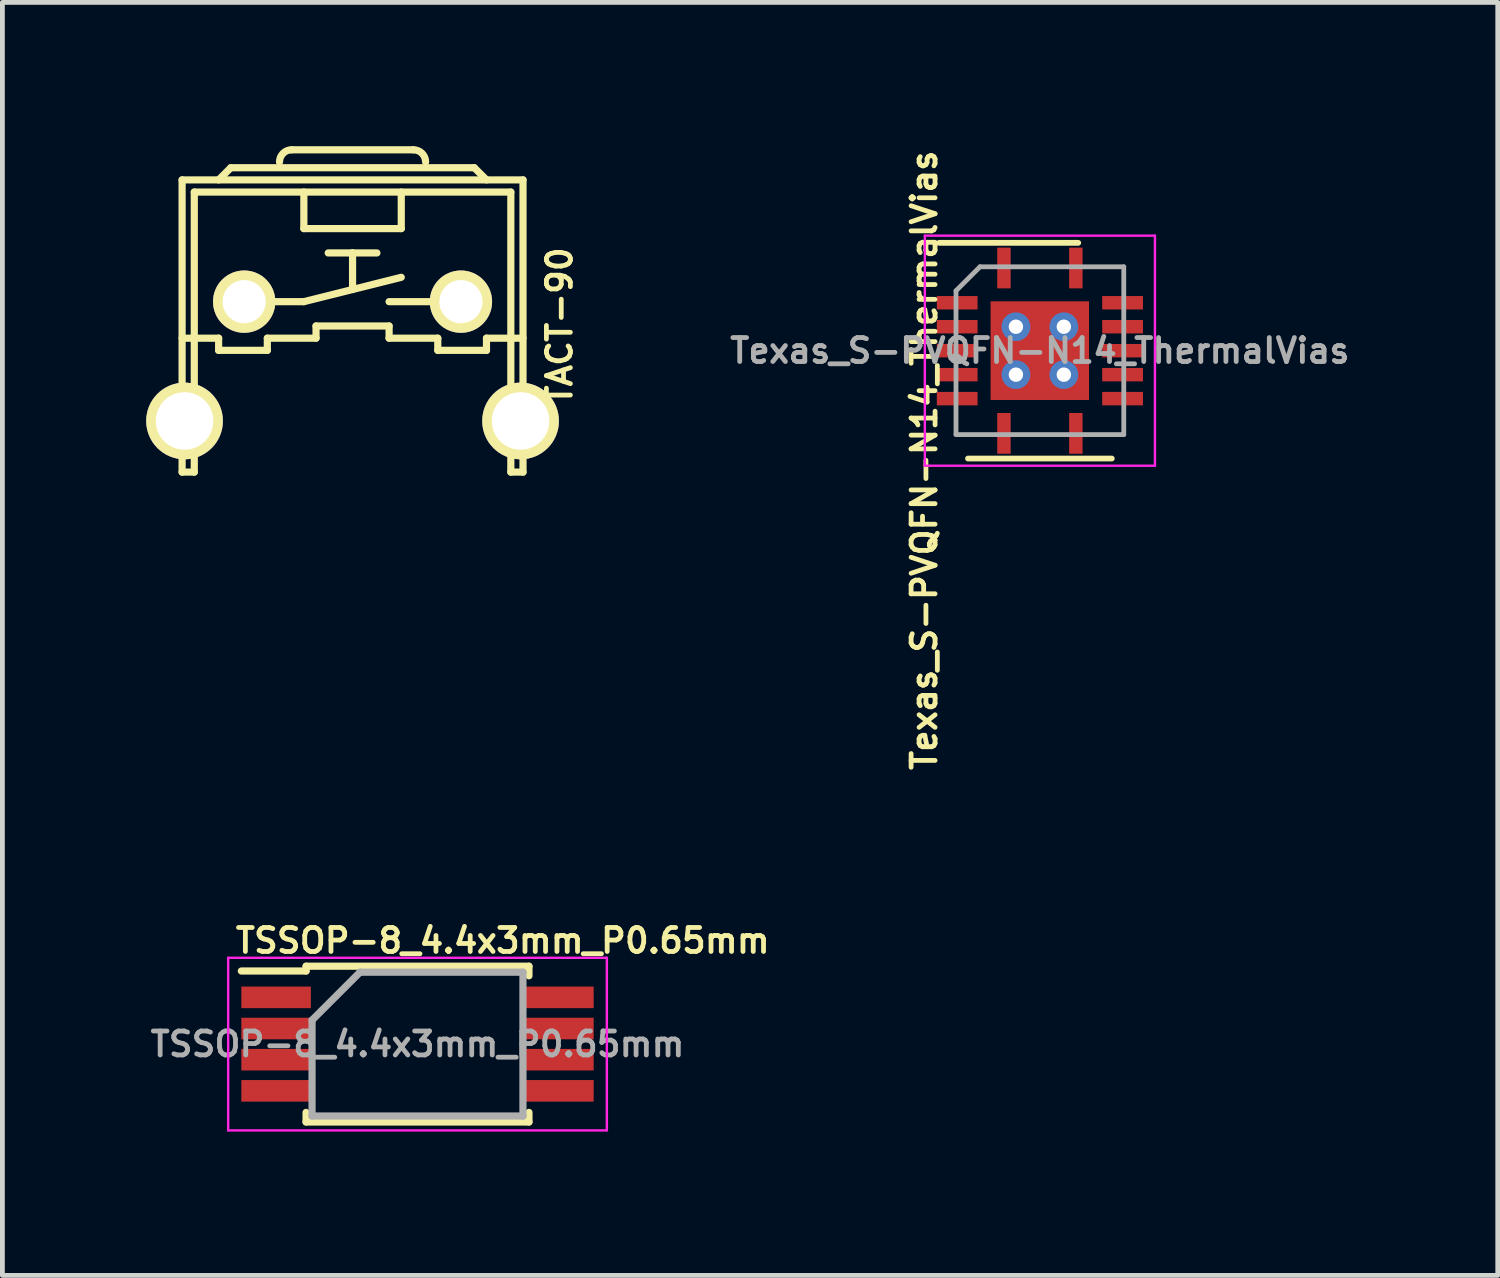
<source format=kicad_pcb>
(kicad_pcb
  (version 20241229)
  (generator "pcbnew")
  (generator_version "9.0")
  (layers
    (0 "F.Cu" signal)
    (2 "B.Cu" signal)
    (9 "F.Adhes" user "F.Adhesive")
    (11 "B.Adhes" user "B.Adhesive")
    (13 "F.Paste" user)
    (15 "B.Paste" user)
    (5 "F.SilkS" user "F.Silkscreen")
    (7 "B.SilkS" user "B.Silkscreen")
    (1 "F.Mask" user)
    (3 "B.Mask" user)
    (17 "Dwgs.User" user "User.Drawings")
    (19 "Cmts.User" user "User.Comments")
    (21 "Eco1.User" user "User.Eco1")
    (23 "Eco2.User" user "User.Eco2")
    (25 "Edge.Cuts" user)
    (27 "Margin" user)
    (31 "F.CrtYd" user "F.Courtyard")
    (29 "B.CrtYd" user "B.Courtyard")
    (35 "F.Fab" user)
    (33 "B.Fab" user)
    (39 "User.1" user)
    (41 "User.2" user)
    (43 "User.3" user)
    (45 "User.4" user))
  (footprint "TSSOP-8_4.4x3mm_P0.65mm"
    (layer "F.Cu")
    (at 5.66 18.732)
    (property "Reference" "TSSOP-8_4.4x3mm_P0.65mm" (at 1.778 -2.159 0) (layer "F.SilkS") (effects (font (size 0.5 0.5) (thickness 0.1))))
    (attr smd)
    (fp_line (start -2.325 -1.625) (end -2.325 -1.525) (stroke (width 0.15) (type solid)) (layer "F.SilkS"))
    (fp_line (start -2.325 -1.625) (end 2.325 -1.625) (stroke (width 0.15) (type solid)) (layer "F.SilkS"))
    (fp_line (start -2.325 -1.525) (end -3.675 -1.525) (stroke (width 0.15) (type solid)) (layer "F.SilkS"))
    (fp_line (start -2.325 1.625) (end -2.325 1.425) (stroke (width 0.15) (type solid)) (layer "F.SilkS"))
    (fp_line (start -2.325 1.625) (end 2.325 1.625) (stroke (width 0.15) (type solid)) (layer "F.SilkS"))
    (fp_line (start 2.325 -1.625) (end 2.325 -1.425) (stroke (width 0.15) (type solid)) (layer "F.SilkS"))
    (fp_line (start 2.325 1.625) (end 2.325 1.425) (stroke (width 0.15) (type solid)) (layer "F.SilkS"))
    (fp_line (start -3.95 -1.8) (end -3.95 1.8) (stroke (width 0.05) (type solid)) (layer "F.CrtYd"))
    (fp_line (start -3.95 -1.8) (end 3.95 -1.8) (stroke (width 0.05) (type solid)) (layer "F.CrtYd"))
    (fp_line (start -3.95 1.8) (end 3.95 1.8) (stroke (width 0.05) (type solid)) (layer "F.CrtYd"))
    (fp_line (start 3.95 -1.8) (end 3.95 1.8) (stroke (width 0.05) (type solid)) (layer "F.CrtYd"))
    (fp_line (start -2.2 -0.5) (end -1.2 -1.5) (stroke (width 0.15) (type solid)) (layer "F.Fab"))
    (fp_line (start -2.2 1.5) (end -2.2 -0.5) (stroke (width 0.15) (type solid)) (layer "F.Fab"))
    (fp_line (start -1.2 -1.5) (end 2.2 -1.5) (stroke (width 0.15) (type solid)) (layer "F.Fab"))
    (fp_line (start 2.2 -1.5) (end 2.2 1.5) (stroke (width 0.15) (type solid)) (layer "F.Fab"))
    (fp_line (start 2.2 1.5) (end -2.2 1.5) (stroke (width 0.15) (type solid)) (layer "F.Fab"))
    (fp_text user "${REFERENCE}" (at 0 0 0) (layer "F.Fab") (effects (font (size 0.5 0.5) (thickness 0.1))))
    (pad "1" smd rect (at -2.95 -0.975) (size 1.45 0.45) (layers "F.Cu" "F.Mask" "F.Paste"))
    (pad "2" smd rect (at -2.95 -0.325) (size 1.45 0.45) (layers "F.Cu" "F.Mask" "F.Paste"))
    (pad "3" smd rect (at -2.95 0.325) (size 1.45 0.45) (layers "F.Cu" "F.Mask" "F.Paste"))
    (pad "4" smd rect (at -2.95 0.975) (size 1.45 0.45) (layers "F.Cu" "F.Mask" "F.Paste"))
    (pad "5" smd rect (at 2.95 0.975) (size 1.45 0.45) (layers "F.Cu" "F.Mask" "F.Paste"))
    (pad "6" smd rect (at 2.95 0.325) (size 1.45 0.45) (layers "F.Cu" "F.Mask" "F.Paste"))
    (pad "7" smd rect (at 2.95 -0.325) (size 1.45 0.45) (layers "F.Cu" "F.Mask" "F.Paste"))
    (pad "8" smd rect (at 2.95 -0.975) (size 1.45 0.45) (layers "F.Cu" "F.Mask" "F.Paste")))
  (footprint "Texas_S-PVQFN-N14_ThermalVias"
    (layer "F.Cu")
    (at 18.644 4.266)
    (property "Reference" "Texas_S-PVQFN-N14_ThermalVias" (at -2.413 2.286 90) (layer "F.SilkS") (effects (font (size 0.5 0.5) (thickness 0.1))))
    (attr smd)
    (fp_line (start -1.5 2.25) (end 1.5 2.25) (stroke (width 0.12) (type solid)) (layer "F.SilkS"))
    (fp_line (start 0.8 -2.25) (end -2.1 -2.25) (stroke (width 0.12) (type solid)) (layer "F.SilkS"))
    (fp_line (start -2.4 -2.4) (end 2.4 -2.4) (stroke (width 0.05) (type solid)) (layer "F.CrtYd"))
    (fp_line (start -2.4 2.4) (end -2.4 -2.4) (stroke (width 0.05) (type solid)) (layer "F.CrtYd"))
    (fp_line (start 2.4 -2.4) (end 2.4 2.4) (stroke (width 0.05) (type solid)) (layer "F.CrtYd"))
    (fp_line (start 2.4 2.4) (end -2.4 2.4) (stroke (width 0.05) (type solid)) (layer "F.CrtYd"))
    (fp_line (start -1.75 1.75) (end -1.75 -1.25) (stroke (width 0.1) (type solid)) (layer "F.Fab"))
    (fp_line (start -1.25 -1.75) (end -1.75 -1.25) (stroke (width 0.1) (type solid)) (layer "F.Fab"))
    (fp_line (start -1.25 -1.75) (end 1.75 -1.75) (stroke (width 0.1) (type solid)) (layer "F.Fab"))
    (fp_line (start 1.75 -1.75) (end 1.75 1.75) (stroke (width 0.1) (type solid)) (layer "F.Fab"))
    (fp_line (start 1.75 1.75) (end -1.75 1.75) (stroke (width 0.1) (type solid)) (layer "F.Fab"))
    (fp_text user "${REFERENCE}" (at 0 0 0) (layer "F.Fab") (effects (font (size 0.5 0.5) (thickness 0.1))))
    (pad "" smd rect (at -0.56 -0.56 270) (size 0.82 0.82) (layers "F.Paste"))
    (pad "" smd rect (at -0.56 0.56 270) (size 0.82 0.82) (layers "F.Paste"))
    (pad "" smd rect (at 0.56 -0.56 270) (size 0.82 0.82) (layers "F.Paste"))
    (pad "" smd rect (at 0.56 0.56 270) (size 0.82 0.82) (layers "F.Paste"))
    (pad "1" smd rect (at -0.75 -1.725 270) (size 0.85 0.28) (layers "F.Cu" "F.Mask" "F.Paste"))
    (pad "2" smd rect (at -1.725 -1 270) (size 0.28 0.85) (layers "F.Cu" "F.Mask" "F.Paste"))
    (pad "3" smd rect (at -1.725 -0.5 270) (size 0.28 0.85) (layers "F.Cu" "F.Mask" "F.Paste"))
    (pad "4" smd rect (at -1.725 0 270) (size 0.28 0.85) (layers "F.Cu" "F.Mask" "F.Paste"))
    (pad "5" smd rect (at -1.725 0.5 270) (size 0.28 0.85) (layers "F.Cu" "F.Mask" "F.Paste"))
    (pad "6" smd rect (at -1.725 1 270) (size 0.28 0.85) (layers "F.Cu" "F.Mask" "F.Paste"))
    (pad "7" smd rect (at -0.75 1.725 270) (size 0.85 0.28) (layers "F.Cu" "F.Mask" "F.Paste"))
    (pad "8" smd rect (at 0.75 1.725 270) (size 0.85 0.28) (layers "F.Cu" "F.Mask" "F.Paste"))
    (pad "9" smd rect (at 1.725 1 270) (size 0.28 0.85) (layers "F.Cu" "F.Mask" "F.Paste"))
    (pad "10" smd rect (at 1.725 0.5 270) (size 0.28 0.85) (layers "F.Cu" "F.Mask" "F.Paste"))
    (pad "11" smd rect (at 1.725 0 270) (size 0.28 0.85) (layers "F.Cu" "F.Mask" "F.Paste"))
    (pad "12" smd rect (at 1.725 -0.5 270) (size 0.28 0.85) (layers "F.Cu" "F.Mask" "F.Paste"))
    (pad "13" smd rect (at 1.725 -1 270) (size 0.28 0.85) (layers "F.Cu" "F.Mask" "F.Paste"))
    (pad "14" smd rect (at 0.75 -1.725 270) (size 0.85 0.28) (layers "F.Cu" "F.Mask" "F.Paste"))
    (pad "15" thru_hole circle (at -0.5 -0.5 270) (size 0.6 0.6) (drill 0.3) (layers "*.Cu"))
    (pad "15" thru_hole circle (at -0.5 0.5 270) (size 0.6 0.6) (drill 0.3) (layers "*.Cu"))
    (pad "15" smd rect (at 0 0 270) (size 2.05 2.05) (layers "F.Cu"))
    (pad "15" smd rect (at 0 0 270) (size 2.05 2.05) (layers "F.Cu" "F.Mask"))
    (pad "15" thru_hole circle (at 0.5 -0.5 270) (size 0.6 0.6) (drill 0.3) (layers "*.Cu"))
    (pad "15" thru_hole circle (at 0.5 0.5 270) (size 0.6 0.6) (drill 0.3) (layers "*.Cu")))
  (footprint "TACT-90"
    (layer "F.Cu")
    (at 4.305 3.243)
    (property "Reference" "TACT-90" (at 4.318 0.508 270) (layer "F.SilkS") (effects (font (size 0.5 0.5) (thickness 0.1))))
    (attr through_hole)
    (fp_line (start -3.556 -2.54) (end 3.556 -2.54) (stroke (width 0.15) (type solid)) (layer "F.SilkS"))
    (fp_line (start -3.556 0.762) (end -2.794 0.762) (stroke (width 0.15) (type solid)) (layer "F.SilkS"))
    (fp_line (start -3.556 3.556) (end -3.556 -2.54) (stroke (width 0.15) (type solid)) (layer "F.SilkS"))
    (fp_line (start -3.556 3.556) (end -3.302 3.556) (stroke (width 0.15) (type solid)) (layer "F.SilkS"))
    (fp_line (start -3.302 -2.286) (end 3.302 -2.286) (stroke (width 0.15) (type solid)) (layer "F.SilkS"))
    (fp_line (start -3.302 3.556) (end -3.302 -2.286) (stroke (width 0.15) (type solid)) (layer "F.SilkS"))
    (fp_line (start -2.794 -2.54) (end -2.54 -2.794) (stroke (width 0.15) (type solid)) (layer "F.SilkS"))
    (fp_line (start -2.794 0.762) (end -2.794 1.016) (stroke (width 0.15) (type solid)) (layer "F.SilkS"))
    (fp_line (start -2.794 1.016) (end -1.778 1.016) (stroke (width 0.15) (type solid)) (layer "F.SilkS"))
    (fp_line (start -2.54 -2.794) (end 2.54 -2.794) (stroke (width 0.15) (type solid)) (layer "F.SilkS"))
    (fp_line (start -1.778 0) (end -1.016 0) (stroke (width 0.15) (type solid)) (layer "F.SilkS"))
    (fp_line (start -1.778 0.762) (end -0.762 0.762) (stroke (width 0.15) (type solid)) (layer "F.SilkS"))
    (fp_line (start -1.778 1.016) (end -1.778 0.762) (stroke (width 0.15) (type solid)) (layer "F.SilkS"))
    (fp_line (start -1.27 -3.168) (end 1.27 -3.168) (stroke (width 0.15) (type solid)) (layer "F.SilkS"))
    (fp_line (start -1.016 -2.286) (end -1.016 -1.524) (stroke (width 0.15) (type solid)) (layer "F.SilkS"))
    (fp_line (start -1.016 -1.524) (end 1.016 -1.524) (stroke (width 0.15) (type solid)) (layer "F.SilkS"))
    (fp_line (start -1.016 0) (end 1.016 -0.508) (stroke (width 0.15) (type solid)) (layer "F.SilkS"))
    (fp_line (start -0.762 0.508) (end 0.762 0.508) (stroke (width 0.15) (type solid)) (layer "F.SilkS"))
    (fp_line (start -0.762 0.762) (end -0.762 0.508) (stroke (width 0.15) (type solid)) (layer "F.SilkS"))
    (fp_line (start 0 -1.016) (end -0.508 -1.016) (stroke (width 0.15) (type solid)) (layer "F.SilkS"))
    (fp_line (start 0 -1.016) (end 0.508 -1.016) (stroke (width 0.15) (type solid)) (layer "F.SilkS"))
    (fp_line (start 0 -0.254) (end 0 -1.016) (stroke (width 0.15) (type solid)) (layer "F.SilkS"))
    (fp_line (start 0.762 0) (end 1.778 0) (stroke (width 0.15) (type solid)) (layer "F.SilkS"))
    (fp_line (start 0.762 0.508) (end 0.762 0.762) (stroke (width 0.15) (type solid)) (layer "F.SilkS"))
    (fp_line (start 0.762 0.762) (end 1.778 0.762) (stroke (width 0.15) (type solid)) (layer "F.SilkS"))
    (fp_line (start 1.016 -1.524) (end 1.016 -2.286) (stroke (width 0.15) (type solid)) (layer "F.SilkS"))
    (fp_line (start 1.778 0.762) (end 1.778 1.016) (stroke (width 0.15) (type solid)) (layer "F.SilkS"))
    (fp_line (start 1.778 1.016) (end 2.794 1.016) (stroke (width 0.15) (type solid)) (layer "F.SilkS"))
    (fp_line (start 2.54 -2.794) (end 2.794 -2.54) (stroke (width 0.15) (type solid)) (layer "F.SilkS"))
    (fp_line (start 2.794 0.762) (end 3.556 0.762) (stroke (width 0.15) (type solid)) (layer "F.SilkS"))
    (fp_line (start 2.794 1.016) (end 2.794 0.762) (stroke (width 0.15) (type solid)) (layer "F.SilkS"))
    (fp_line (start 3.302 -2.286) (end 3.302 3.556) (stroke (width 0.15) (type solid)) (layer "F.SilkS"))
    (fp_line (start 3.302 3.556) (end 3.556 3.556) (stroke (width 0.15) (type solid)) (layer "F.SilkS"))
    (fp_line (start 3.556 -2.54) (end 3.556 3.556) (stroke (width 0.15) (type solid)) (layer "F.SilkS"))
    (fp_arc (start -1.524 -2.914) (mid -1.449605 -3.093605) (end -1.27 -3.168) (stroke (width 0.15) (type solid)) (layer "F.SilkS"))
    (fp_arc (start 1.27 -3.168) (mid 1.449605 -3.093605) (end 1.524 -2.914) (stroke (width 0.15) (type solid)) (layer "F.SilkS"))
    (pad "1" thru_hole circle (at -2.261 0) (size 1.3 1.3) (drill 0.9) (layers "*.Cu" "*.Mask" "F.SilkS"))
    (pad "2" thru_hole circle (at 2.261 0) (size 1.3 1.3) (drill 0.9) (layers "*.Cu" "*.Mask" "F.SilkS"))
    (pad "3" thru_hole circle (at -3.505 2.489) (size 1.6 1.6) (drill 1.2) (layers "*.Cu" "*.Mask" "F.SilkS"))
    (pad "4" thru_hole circle (at 3.505 2.489) (size 1.6 1.6) (drill 1.2) (layers "*.Cu" "*.Mask" "F.SilkS")))
  (gr_rect
    (start -3 -3)
    (end 28.196 23.557)
    (stroke (width 0.1) (type default))
    (fill no)
    (layer "Edge.Cuts")))
</source>
